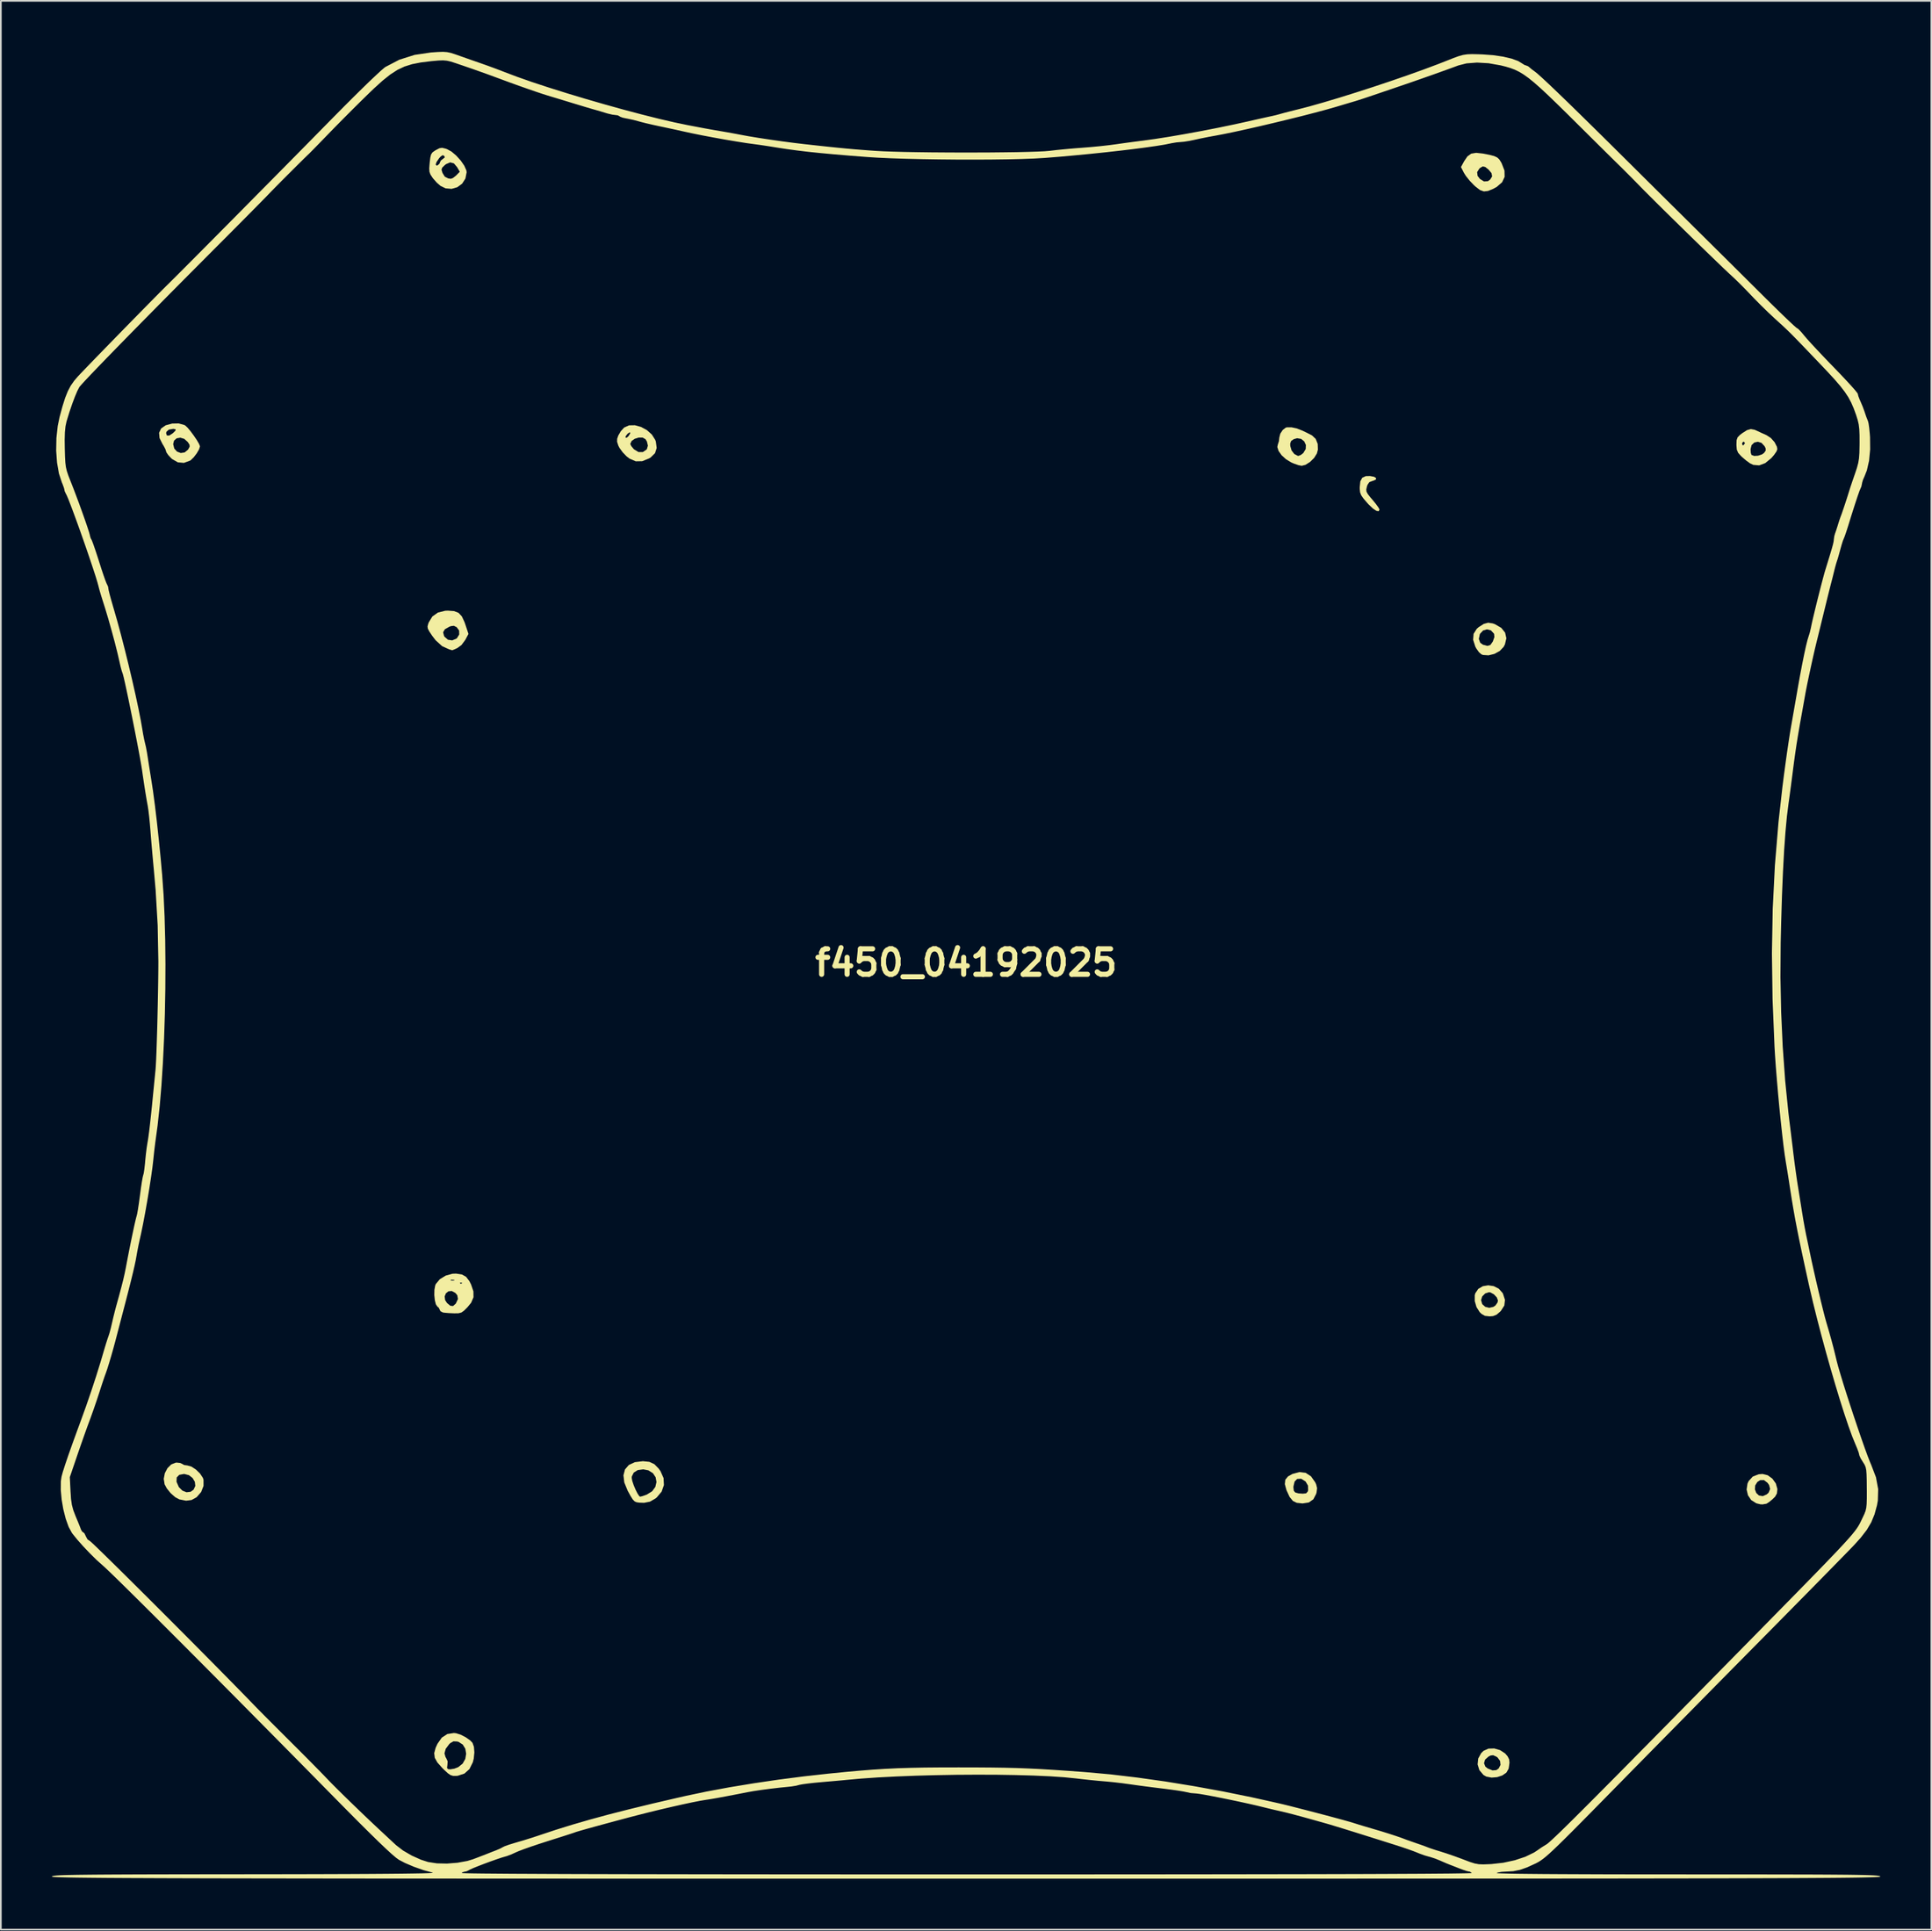
<source format=kicad_pcb>
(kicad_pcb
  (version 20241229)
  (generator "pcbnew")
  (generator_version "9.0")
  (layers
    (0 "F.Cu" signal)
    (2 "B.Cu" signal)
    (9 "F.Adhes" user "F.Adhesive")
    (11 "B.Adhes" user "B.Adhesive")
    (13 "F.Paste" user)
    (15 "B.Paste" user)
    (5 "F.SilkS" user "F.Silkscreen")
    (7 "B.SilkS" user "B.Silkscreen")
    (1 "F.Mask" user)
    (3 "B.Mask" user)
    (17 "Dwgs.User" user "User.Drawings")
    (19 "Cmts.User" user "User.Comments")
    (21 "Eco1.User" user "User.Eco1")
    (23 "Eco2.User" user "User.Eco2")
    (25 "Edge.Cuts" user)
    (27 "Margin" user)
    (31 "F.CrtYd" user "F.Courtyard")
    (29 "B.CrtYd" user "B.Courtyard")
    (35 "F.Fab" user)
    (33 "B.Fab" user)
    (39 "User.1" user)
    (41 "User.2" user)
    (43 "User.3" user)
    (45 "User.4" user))
  (footprint "f450_04192025"
    (layer "F.Cu")
    (at 53.788 53.602)
    (property "Reference" "f450_04192025" (at 0 0 0) (layer "F.SilkS") (effects (font (size 1.5 1.5) (thickness 0.3))))
    (attr board_only exclude_from_pos_files exclude_from_bom)
    (fp_poly (pts (xy 24.007 -28.596) (xy 24.125 -28.519) (xy 24.107 -28.433) (xy 23.942 -28.361) (xy 23.914 -28.355) (xy 23.723 -28.281) (xy 23.614 -28.121) (xy 23.579 -28.011) (xy 23.545 -27.853) (xy 23.557 -27.723) (xy 23.635 -27.578) (xy 23.797 -27.373) (xy 23.91 -27.242) (xy 24.108 -27) (xy 24.254 -26.799) (xy 24.32 -26.677) (xy 24.321 -26.668) (xy 24.272 -26.57) (xy 24.139 -26.593) (xy 23.938 -26.728) (xy 23.688 -26.964) (xy 23.595 -27.066) (xy 23.373 -27.326) (xy 23.242 -27.515) (xy 23.179 -27.684) (xy 23.16 -27.883) (xy 23.159 -27.978) (xy 23.193 -28.326) (xy 23.306 -28.539) (xy 23.515 -28.636) (xy 23.764 -28.642)) (stroke (width 0) (type solid)) (fill yes) (layer "F.SilkS"))
    (fp_poly (pts (xy 31.416 46.329) (xy 31.715 46.524) (xy 31.859 46.693) (xy 31.947 46.868) (xy 31.97 47.062) (xy 31.933 47.337) (xy 31.914 47.43) (xy 31.789 47.65) (xy 31.55 47.817) (xy 31.242 47.919) (xy 30.912 47.945) (xy 30.606 47.885) (xy 30.439 47.791) (xy 30.197 47.505) (xy 30.094 47.169) (xy 30.101 47.099) (xy 30.471 47.099) (xy 30.551 47.299) (xy 30.687 47.407) (xy 30.974 47.522) (xy 31.194 47.505) (xy 31.334 47.406) (xy 31.441 47.196) (xy 31.414 46.961) (xy 31.264 46.759) (xy 31.19 46.709) (xy 31.009 46.628) (xy 30.861 46.644) (xy 30.733 46.709) (xy 30.533 46.888) (xy 30.471 47.099) (xy 30.101 47.099) (xy 30.129 46.822) (xy 30.304 46.505) (xy 30.444 46.369) (xy 30.731 46.24) (xy 31.071 46.23)) (stroke (width 0) (type solid)) (fill yes) (layer "F.SilkS"))
    (fp_poly (pts (xy 19.977 30.013) (xy 20.29 30.215) (xy 20.539 30.568) (xy 20.595 30.689) (xy 20.65 30.913) (xy 20.618 31.167) (xy 20.594 31.253) (xy 20.43 31.569) (xy 20.164 31.756) (xy 19.794 31.814) (xy 19.453 31.776) (xy 19.227 31.667) (xy 19.031 31.427) (xy 18.851 31.036) (xy 18.848 31.028) (xy 18.808 30.883) (xy 19.258 30.883) (xy 19.279 31.065) (xy 19.368 31.17) (xy 19.559 31.222) (xy 19.809 31.239) (xy 20.002 31.22) (xy 20.097 31.117) (xy 20.124 31.031) (xy 20.114 30.762) (xy 19.974 30.524) (xy 19.739 30.372) (xy 19.7 30.36) (xy 19.478 30.372) (xy 19.327 30.525) (xy 19.26 30.806) (xy 19.258 30.883) (xy 18.808 30.883) (xy 18.753 30.677) (xy 18.78 30.419) (xy 18.941 30.223) (xy 19.196 30.079) (xy 19.61 29.967)) (stroke (width 0) (type solid)) (fill yes) (layer "F.SilkS"))
    (fp_poly (pts (xy 31.041 19.026) (xy 31.337 19.175) (xy 31.561 19.426) (xy 31.583 19.465) (xy 31.704 19.834) (xy 31.666 20.168) (xy 31.464 20.481) (xy 31.426 20.521) (xy 31.21 20.707) (xy 31.003 20.789) (xy 30.796 20.805) (xy 30.523 20.774) (xy 30.32 20.657) (xy 30.217 20.557) (xy 30.029 20.261) (xy 29.926 19.906) (xy 29.926 19.851) (xy 30.297 19.851) (xy 30.367 20.087) (xy 30.542 20.243) (xy 30.777 20.302) (xy 31.023 20.247) (xy 31.142 20.165) (xy 31.261 19.998) (xy 31.293 19.876) (xy 31.224 19.691) (xy 31.058 19.513) (xy 30.855 19.399) (xy 30.766 19.384) (xy 30.539 19.457) (xy 30.363 19.636) (xy 30.297 19.851) (xy 29.926 19.851) (xy 29.926 19.563) (xy 29.958 19.446) (xy 30.134 19.187) (xy 30.4 19.031) (xy 30.716 18.977)) (stroke (width 0) (type solid)) (fill yes) (layer "F.SilkS"))
    (fp_poly (pts (xy 30.989 -19.968) (xy 31.12 -19.92) (xy 31.488 -19.706) (xy 31.712 -19.426) (xy 31.786 -19.097) (xy 31.703 -18.738) (xy 31.625 -18.589) (xy 31.398 -18.349) (xy 31.083 -18.176) (xy 30.738 -18.091) (xy 30.417 -18.111) (xy 30.32 -18.148) (xy 30.173 -18.276) (xy 30.018 -18.494) (xy 29.958 -18.605) (xy 29.83 -19.008) (xy 29.834 -19.057) (xy 30.166 -19.057) (xy 30.246 -18.834) (xy 30.408 -18.716) (xy 30.667 -18.645) (xy 30.844 -18.699) (xy 30.982 -18.894) (xy 30.997 -18.924) (xy 31.082 -19.167) (xy 31.064 -19.344) (xy 31.048 -19.378) (xy 30.872 -19.563) (xy 30.644 -19.62) (xy 30.416 -19.553) (xy 30.24 -19.363) (xy 30.224 -19.331) (xy 30.166 -19.057) (xy 29.834 -19.057) (xy 29.858 -19.357) (xy 30.043 -19.651) (xy 30.156 -19.749) (xy 30.456 -19.941) (xy 30.714 -20.011)) (stroke (width 0) (type solid)) (fill yes) (layer "F.SilkS"))
    (fp_poly (pts (xy 47.162 30.155) (xy 47.436 30.355) (xy 47.638 30.635) (xy 47.728 30.952) (xy 47.729 30.992) (xy 47.702 31.227) (xy 47.599 31.412) (xy 47.435 31.574) (xy 47.247 31.728) (xy 47.105 31.821) (xy 47.069 31.834) (xy 46.927 31.857) (xy 46.885 31.869) (xy 46.738 31.866) (xy 46.52 31.813) (xy 46.484 31.801) (xy 46.191 31.616) (xy 45.999 31.332) (xy 45.92 30.994) (xy 45.921 30.986) (xy 46.409 30.986) (xy 46.489 31.198) (xy 46.646 31.345) (xy 46.859 31.381) (xy 46.895 31.374) (xy 47.098 31.283) (xy 47.21 31.186) (xy 47.304 30.962) (xy 47.242 30.728) (xy 47.152 30.601) (xy 46.942 30.439) (xy 46.719 30.443) (xy 46.552 30.551) (xy 46.424 30.755) (xy 46.409 30.986) (xy 45.921 30.986) (xy 45.972 30.644) (xy 46.041 30.496) (xy 46.282 30.232) (xy 46.624 30.098) (xy 46.858 30.079)) (stroke (width 0) (type solid)) (fill yes) (layer "F.SilkS"))
    (fp_poly (pts (xy 30.406 -47.616) (xy 30.417 -47.614) (xy 30.809 -47.537) (xy 31.073 -47.467) (xy 31.247 -47.386) (xy 31.368 -47.274) (xy 31.471 -47.112) (xy 31.511 -47.038) (xy 31.676 -46.613) (xy 31.684 -46.246) (xy 31.536 -45.93) (xy 31.229 -45.661) (xy 31.018 -45.543) (xy 30.707 -45.415) (xy 30.463 -45.387) (xy 30.235 -45.469) (xy 29.972 -45.671) (xy 29.871 -45.764) (xy 29.624 -46.023) (xy 29.406 -46.296) (xy 29.283 -46.491) (xy 29.266 -46.526) (xy 30.065 -46.526) (xy 30.092 -46.303) (xy 30.23 -46.124) (xy 30.471 -45.975) (xy 30.697 -45.989) (xy 30.831 -46.085) (xy 30.948 -46.272) (xy 30.913 -46.464) (xy 30.742 -46.668) (xy 30.545 -46.826) (xy 30.397 -46.86) (xy 30.245 -46.774) (xy 30.2 -46.735) (xy 30.065 -46.526) (xy 29.266 -46.526) (xy 29.115 -46.822) (xy 29.3 -47.163) (xy 29.494 -47.449) (xy 29.717 -47.61) (xy 30.008 -47.66)) (stroke (width 0) (type solid)) (fill yes) (layer "F.SilkS"))
    (fp_poly (pts (xy -30.122 -20.693) (xy -29.86 -20.59) (xy -29.667 -20.384) (xy -29.51 -20.048) (xy -29.46 -19.905) (xy -29.277 -19.352) (xy -29.46 -19.005) (xy -29.689 -18.696) (xy -29.931 -18.52) (xy -30.12 -18.434) (xy -30.229 -18.392) (xy -30.238 -18.391) (xy -30.322 -18.417) (xy -30.413 -18.442) (xy -30.826 -18.63) (xy -31.21 -18.979) (xy -31.41 -19.24) (xy -31.549 -19.448) (xy -30.768 -19.448) (xy -30.714 -19.234) (xy -30.684 -19.184) (xy -30.484 -19.009) (xy -30.234 -18.971) (xy -29.986 -19.075) (xy -29.951 -19.105) (xy -29.82 -19.318) (xy -29.826 -19.551) (xy -29.969 -19.745) (xy -29.977 -19.751) (xy -30.137 -19.829) (xy -30.31 -19.809) (xy -30.406 -19.773) (xy -30.667 -19.623) (xy -30.768 -19.448) (xy -31.549 -19.448) (xy -31.579 -19.492) (xy -31.666 -19.659) (xy -31.685 -19.79) (xy -31.647 -19.938) (xy -31.615 -20.027) (xy -31.401 -20.377) (xy -31.074 -20.608) (xy -30.645 -20.714) (xy -30.49 -20.721)) (stroke (width 0) (type solid)) (fill yes) (layer "F.SilkS"))
    (fp_poly (pts (xy 19.148 -31.508) (xy 19.441 -31.446) (xy 19.792 -31.311) (xy 20.236 -31.093) (xy 20.355 -31.029) (xy 20.567 -30.828) (xy 20.687 -30.532) (xy 20.699 -30.195) (xy 20.638 -29.968) (xy 20.475 -29.707) (xy 20.236 -29.471) (xy 19.972 -29.303) (xy 19.748 -29.244) (xy 19.56 -29.279) (xy 19.298 -29.369) (xy 19.133 -29.44) (xy 18.82 -29.63) (xy 18.562 -29.866) (xy 18.384 -30.117) (xy 18.311 -30.348) (xy 18.338 -30.484) (xy 18.358 -30.548) (xy 19.068 -30.548) (xy 19.072 -30.41) (xy 19.148 -30.147) (xy 19.309 -29.938) (xy 19.51 -29.832) (xy 19.557 -29.828) (xy 19.697 -29.883) (xy 19.839 -29.995) (xy 19.981 -30.23) (xy 19.991 -30.47) (xy 19.893 -30.681) (xy 19.712 -30.826) (xy 19.475 -30.867) (xy 19.277 -30.81) (xy 19.12 -30.702) (xy 19.068 -30.548) (xy 18.358 -30.548) (xy 18.404 -30.694) (xy 18.427 -30.906) (xy 18.485 -31.134) (xy 18.627 -31.349) (xy 18.805 -31.488) (xy 18.879 -31.508)) (stroke (width 0) (type solid)) (fill yes) (layer "F.SilkS"))
    (fp_poly (pts (xy -46.236 29.433) (xy -46.114 29.488) (xy -46.11 29.494) (xy -45.998 29.554) (xy -45.815 29.578) (xy -45.577 29.645) (xy -45.314 29.817) (xy -45.073 30.05) (xy -44.905 30.301) (xy -44.864 30.418) (xy -44.864 30.782) (xy -45.003 31.139) (xy -45.259 31.435) (xy -45.279 31.451) (xy -45.569 31.612) (xy -45.888 31.652) (xy -46.285 31.576) (xy -46.288 31.575) (xy -46.531 31.444) (xy -46.792 31.214) (xy -47.02 30.935) (xy -47.155 30.686) (xy -47.179 30.529) (xy -46.452 30.529) (xy -46.445 30.558) (xy -46.313 30.855) (xy -46.107 31.059) (xy -45.864 31.154) (xy -45.619 31.125) (xy -45.449 31.001) (xy -45.346 30.782) (xy -45.374 30.54) (xy -45.508 30.317) (xy -45.723 30.15) (xy -45.997 30.079) (xy -46.017 30.079) (xy -46.293 30.131) (xy -46.441 30.284) (xy -46.452 30.529) (xy -47.179 30.529) (xy -47.205 30.365) (xy -47.141 30.035) (xy -46.986 29.739) (xy -46.763 29.518) (xy -46.496 29.414) (xy -46.44 29.411)) (stroke (width 0) (type solid)) (fill yes) (layer "F.SilkS"))
    (fp_poly (pts (xy -18.632 29.366) (xy -18.34 29.503) (xy -18.085 29.764) (xy -17.979 29.914) (xy -17.798 30.321) (xy -17.777 30.73) (xy -17.912 31.117) (xy -18.197 31.458) (xy -18.282 31.526) (xy -18.6 31.708) (xy -18.947 31.776) (xy -19.231 31.766) (xy -19.387 31.743) (xy -19.505 31.689) (xy -19.614 31.574) (xy -19.743 31.369) (xy -19.913 31.059) (xy -20.109 30.578) (xy -20.141 30.306) (xy -19.673 30.306) (xy -19.641 30.487) (xy -19.559 30.732) (xy -19.449 30.995) (xy -19.332 31.227) (xy -19.229 31.381) (xy -19.177 31.416) (xy -19.053 31.387) (xy -18.846 31.315) (xy -18.778 31.288) (xy -18.467 31.094) (xy -18.281 30.838) (xy -18.215 30.553) (xy -18.265 30.273) (xy -18.425 30.033) (xy -18.69 29.866) (xy -18.992 29.807) (xy -19.318 29.851) (xy -19.552 29.998) (xy -19.666 30.226) (xy -19.673 30.306) (xy -20.141 30.306) (xy -20.159 30.159) (xy -20.068 29.812) (xy -19.843 29.551) (xy -19.489 29.385) (xy -19.013 29.327) (xy -19.01 29.327)) (stroke (width 0) (type solid)) (fill yes) (layer "F.SilkS"))
    (fp_poly (pts (xy -30.007 45.334) (xy -29.735 45.419) (xy -29.435 45.574) (xy -29.174 45.758) (xy -29.04 45.898) (xy -28.955 46.135) (xy -28.93 46.465) (xy -28.966 46.828) (xy -29.02 47.043) (xy -29.22 47.444) (xy -29.516 47.709) (xy -29.902 47.836) (xy -30.002 47.845) (xy -30.181 47.843) (xy -30.328 47.8) (xy -30.487 47.693) (xy -30.698 47.498) (xy -30.816 47.381) (xy -31.104 47.058) (xy -31.26 46.78) (xy -31.291 46.52) (xy -30.689 46.52) (xy -30.624 46.746) (xy -30.597 46.779) (xy -30.502 46.983) (xy -30.515 47.194) (xy -30.537 47.375) (xy -30.483 47.446) (xy -30.345 47.458) (xy -30.109 47.419) (xy -29.88 47.331) (xy -29.619 47.122) (xy -29.463 46.845) (xy -29.412 46.541) (xy -29.462 46.247) (xy -29.612 46.002) (xy -29.86 45.843) (xy -29.948 45.82) (xy -30.163 45.812) (xy -30.343 45.913) (xy -30.413 45.979) (xy -30.617 46.254) (xy -30.689 46.52) (xy -31.291 46.52) (xy -31.293 46.506) (xy -31.209 46.193) (xy -31.1 45.954) (xy -30.845 45.593) (xy -30.52 45.381) (xy -30.136 45.321)) (stroke (width 0) (type solid)) (fill yes) (layer "F.SilkS"))
    (fp_poly (pts (xy -19.124 -31.531) (xy -18.78 -31.343) (xy -18.489 -31.084) (xy -18.289 -30.769) (xy -18.253 -30.67) (xy -18.203 -30.293) (xy -18.301 -29.987) (xy -18.554 -29.738) (xy -18.641 -29.683) (xy -19.054 -29.515) (xy -19.434 -29.508) (xy -19.798 -29.664) (xy -19.984 -29.808) (xy -20.209 -30.044) (xy -20.394 -30.301) (xy -20.459 -30.428) (xy -20.492 -30.529) (xy -19.756 -30.529) (xy -19.699 -30.404) (xy -19.56 -30.237) (xy -19.527 -30.205) (xy -19.273 -30.052) (xy -19.018 -30.051) (xy -18.799 -30.201) (xy -18.78 -30.225) (xy -18.72 -30.43) (xy -18.779 -30.676) (xy -18.863 -30.81) (xy -19.029 -30.904) (xy -19.258 -30.906) (xy -19.492 -30.834) (xy -19.677 -30.705) (xy -19.755 -30.536) (xy -19.756 -30.529) (xy -20.492 -30.529) (xy -20.533 -30.656) (xy -20.528 -30.837) (xy -20.506 -30.898) (xy -20.036 -30.898) (xy -19.964 -30.897) (xy -19.862 -30.989) (xy -19.779 -31.12) (xy -19.758 -31.199) (xy -19.807 -31.207) (xy -19.92 -31.125) (xy -20.025 -30.989) (xy -20.036 -30.898) (xy -20.506 -30.898) (xy -20.462 -31.026) (xy -20.314 -31.278) (xy -20.123 -31.489) (xy -20.113 -31.497) (xy -19.828 -31.624) (xy -19.486 -31.63)) (stroke (width 0) (type solid)) (fill yes) (layer "F.SilkS"))
    (fp_poly (pts (xy 46.391 -31.364) (xy 46.539 -31.299) (xy 46.778 -31.186) (xy 47.053 -31.063) (xy 47.086 -31.049) (xy 47.347 -30.879) (xy 47.567 -30.631) (xy 47.704 -30.362) (xy 47.728 -30.22) (xy 47.674 -30.082) (xy 47.532 -29.879) (xy 47.376 -29.699) (xy 47.016 -29.402) (xy 46.659 -29.268) (xy 46.312 -29.298) (xy 46.11 -29.395) (xy 45.886 -29.56) (xy 45.644 -29.768) (xy 45.591 -29.818) (xy 45.422 -30.008) (xy 45.343 -30.194) (xy 45.341 -30.215) (xy 46.152 -30.215) (xy 46.167 -30.01) (xy 46.204 -29.887) (xy 46.207 -29.884) (xy 46.364 -29.825) (xy 46.593 -29.838) (xy 46.819 -29.911) (xy 46.945 -30.001) (xy 47.046 -30.14) (xy 47.042 -30.266) (xy 46.976 -30.398) (xy 46.797 -30.592) (xy 46.579 -30.66) (xy 46.369 -30.611) (xy 46.211 -30.457) (xy 46.152 -30.215) (xy 45.341 -30.215) (xy 45.322 -30.457) (xy 45.322 -30.497) (xy 45.323 -30.534) (xy 45.654 -30.534) (xy 45.694 -30.447) (xy 45.737 -30.455) (xy 45.816 -30.562) (xy 45.82 -30.585) (xy 45.756 -30.662) (xy 45.737 -30.664) (xy 45.664 -30.596) (xy 45.654 -30.534) (xy 45.323 -30.534) (xy 45.332 -30.753) (xy 45.388 -30.916) (xy 45.525 -31.058) (xy 45.666 -31.165) (xy 45.944 -31.342) (xy 46.167 -31.405)) (stroke (width 0) (type solid)) (fill yes) (layer "F.SilkS"))
    (fp_poly (pts (xy -46.001 -31.648) (xy -45.934 -31.611) (xy -45.801 -31.486) (xy -45.624 -31.273) (xy -45.432 -31.014) (xy -45.256 -30.753) (xy -45.127 -30.531) (xy -45.073 -30.392) (xy -45.073 -30.387) (xy -45.126 -30.212) (xy -45.261 -29.98) (xy -45.436 -29.749) (xy -45.612 -29.578) (xy -45.653 -29.549) (xy -46.018 -29.415) (xy -46.375 -29.447) (xy -46.714 -29.643) (xy -46.768 -29.692) (xy -46.942 -29.879) (xy -47.049 -30.037) (xy -47.065 -30.09) (xy -47.109 -30.227) (xy -47.219 -30.433) (xy -47.272 -30.515) (xy -47.276 -30.521) (xy -46.65 -30.521) (xy -46.586 -30.259) (xy -46.423 -30.079) (xy -46.205 -29.997) (xy -45.976 -30.029) (xy -45.78 -30.19) (xy -45.767 -30.209) (xy -45.681 -30.366) (xy -45.689 -30.486) (xy -45.795 -30.648) (xy -45.999 -30.83) (xy -46.23 -30.899) (xy -46.444 -30.862) (xy -46.598 -30.725) (xy -46.65 -30.521) (xy -47.276 -30.521) (xy -47.451 -30.873) (xy -47.477 -31.156) (xy -47.065 -31.156) (xy -47.017 -31.024) (xy -46.882 -31.024) (xy -46.675 -31.157) (xy -46.67 -31.16) (xy -46.517 -31.31) (xy -46.505 -31.391) (xy -46.635 -31.416) (xy -46.643 -31.416) (xy -46.91 -31.371) (xy -47.048 -31.242) (xy -47.065 -31.156) (xy -47.477 -31.156) (xy -47.479 -31.186) (xy -47.359 -31.44) (xy -47.093 -31.625) (xy -47.086 -31.628) (xy -46.707 -31.729) (xy -46.325 -31.736)) (stroke (width 0) (type solid)) (fill yes) (layer "F.SilkS"))
    (fp_poly (pts (xy -29.665 18.34) (xy -29.419 18.476) (xy -29.224 18.73) (xy -29.125 18.925) (xy -28.985 19.335) (xy -28.981 19.682) (xy -29.12 20.004) (xy -29.329 20.26) (xy -29.536 20.468) (xy -29.694 20.58) (xy -29.865 20.623) (xy -30.11 20.627) (xy -30.138 20.626) (xy -30.431 20.613) (xy -30.68 20.592) (xy -30.775 20.579) (xy -30.921 20.507) (xy -30.961 20.427) (xy -31.026 20.293) (xy -31.101 20.233) (xy -31.193 20.1) (xy -31.256 19.856) (xy -31.279 19.632) (xy -30.678 19.632) (xy -30.65 19.848) (xy -30.542 20.015) (xy -30.344 20.182) (xy -30.183 20.197) (xy -30.031 20.061) (xy -30.012 20.034) (xy -29.894 19.78) (xy -29.934 19.563) (xy -30.045 19.429) (xy -30.258 19.313) (xy -30.454 19.331) (xy -30.603 19.448) (xy -30.678 19.632) (xy -31.279 19.632) (xy -31.287 19.553) (xy -31.281 19.246) (xy -31.234 18.989) (xy -31.201 18.906) (xy -31.135 18.827) (xy -29.772 18.827) (xy -29.76 18.877) (xy -29.716 18.883) (xy -29.648 18.852) (xy -29.661 18.827) (xy -29.76 18.817) (xy -29.772 18.827) (xy -31.135 18.827) (xy -31.022 18.691) (xy -30.329 18.691) (xy -30.214 18.703) (xy -30.097 18.689) (xy -30.111 18.66) (xy -30.281 18.649) (xy -30.318 18.66) (xy -30.329 18.691) (xy -31.022 18.691) (xy -30.962 18.619) (xy -30.616 18.407) (xy -30.215 18.297) (xy -30.008 18.289)) (stroke (width 0) (type solid)) (fill yes) (layer "F.SilkS"))
    (fp_poly (pts (xy -30.639 -47.911) (xy -30.534 -47.875) (xy -30.271 -47.73) (xy -29.992 -47.492) (xy -29.731 -47.203) (xy -29.523 -46.902) (xy -29.402 -46.631) (xy -29.384 -46.518) (xy -29.457 -46.143) (xy -29.651 -45.843) (xy -29.933 -45.636) (xy -30.269 -45.539) (xy -30.625 -45.57) (xy -30.926 -45.717) (xy -31.14 -45.905) (xy -31.354 -46.146) (xy -31.396 -46.203) (xy -31.512 -46.381) (xy -31.571 -46.54) (xy -31.579 -46.663) (xy -30.863 -46.663) (xy -30.809 -46.489) (xy -30.802 -46.472) (xy -30.67 -46.257) (xy -30.468 -46.154) (xy -30.314 -46.131) (xy -30.188 -46.179) (xy -30.02 -46.31) (xy -29.997 -46.332) (xy -29.787 -46.544) (xy -29.943 -46.813) (xy -30.133 -47.038) (xy -30.35 -47.098) (xy -30.597 -46.994) (xy -30.676 -46.931) (xy -30.825 -46.785) (xy -30.863 -46.663) (xy -31.579 -46.663) (xy -31.584 -46.74) (xy -31.567 -46.97) (xy -31.205 -46.97) (xy -31.156 -46.911) (xy -31.086 -46.926) (xy -30.976 -47.03) (xy -30.961 -47.088) (xy -30.896 -47.212) (xy -30.787 -47.296) (xy -30.671 -47.387) (xy -30.702 -47.479) (xy -30.71 -47.487) (xy -30.803 -47.519) (xy -30.926 -47.429) (xy -31.009 -47.333) (xy -31.155 -47.118) (xy -31.205 -46.97) (xy -31.567 -46.97) (xy -31.561 -47.039) (xy -31.558 -47.076) (xy -31.522 -47.38) (xy -31.475 -47.568) (xy -31.393 -47.687) (xy -31.251 -47.788) (xy -31.195 -47.821) (xy -30.991 -47.928) (xy -30.834 -47.955)) (stroke (width 0) (type solid)) (fill yes) (layer "F.SilkS"))
    (fp_poly (pts (xy -30.538 -53.586) (xy -30.321 -53.54) (xy -30.07 -53.461) (xy -29.951 -53.419) (xy -29.586 -53.29) (xy -29.142 -53.134) (xy -28.697 -52.979) (xy -28.554 -52.929) (xy -28.124 -52.777) (xy -27.664 -52.608) (xy -27.256 -52.452) (xy -27.143 -52.408) (xy -26.407 -52.13) (xy -25.538 -51.825) (xy -24.562 -51.504) (xy -23.509 -51.173) (xy -22.408 -50.841) (xy -21.285 -50.516) (xy -20.171 -50.206) (xy -19.093 -49.92) (xy -18.079 -49.665) (xy -17.159 -49.451) (xy -16.36 -49.285) (xy -16.352 -49.284) (xy -15.826 -49.184) (xy -15.418 -49.107) (xy -15.083 -49.046) (xy -14.776 -48.992) (xy -14.452 -48.936) (xy -14.402 -48.928) (xy -14.011 -48.86) (xy -13.613 -48.788) (xy -13.292 -48.727) (xy -13.281 -48.725) (xy -12.802 -48.637) (xy -12.203 -48.538) (xy -11.53 -48.436) (xy -10.828 -48.336) (xy -10.143 -48.246) (xy -9.546 -48.175) (xy -8.753 -48.087) (xy -8.092 -48.016) (xy -7.528 -47.958) (xy -7.028 -47.91) (xy -6.557 -47.868) (xy -6.082 -47.83) (xy -5.569 -47.792) (xy -5.312 -47.774) (xy -4.867 -47.75) (xy -4.3 -47.729) (xy -3.63 -47.711) (xy -2.879 -47.698) (xy -2.067 -47.687) (xy -1.214 -47.681) (xy -0.341 -47.677) (xy 0.531 -47.678) (xy 1.383 -47.681) (xy 2.194 -47.689) (xy 2.944 -47.699) (xy 3.611 -47.714) (xy 4.176 -47.731) (xy 4.618 -47.752) (xy 4.916 -47.777) (xy 4.939 -47.78) (xy 5.324 -47.825) (xy 5.81 -47.873) (xy 6.335 -47.92) (xy 6.807 -47.956) (xy 7.32 -47.997) (xy 7.868 -48.049) (xy 8.38 -48.106) (xy 8.757 -48.155) (xy 9.234 -48.223) (xy 9.766 -48.295) (xy 10.258 -48.359) (xy 10.376 -48.373) (xy 11.098 -48.472) (xy 11.944 -48.605) (xy 12.876 -48.765) (xy 13.857 -48.945) (xy 14.85 -49.139) (xy 15.817 -49.34) (xy 16.56 -49.504) (xy 17.009 -49.606) (xy 17.414 -49.697) (xy 17.743 -49.77) (xy 17.959 -49.817) (xy 18.012 -49.828) (xy 18.239 -49.881) (xy 18.501 -49.952) (xy 18.51 -49.955) (xy 18.728 -50.015) (xy 19.047 -50.097) (xy 19.408 -50.188) (xy 19.507 -50.212) (xy 20.207 -50.393) (xy 21.031 -50.627) (xy 21.949 -50.901) (xy 22.932 -51.208) (xy 23.948 -51.536) (xy 24.968 -51.877) (xy 25.962 -52.22) (xy 26.899 -52.555) (xy 27.749 -52.873) (xy 28.222 -53.058) (xy 28.652 -53.228) (xy 28.974 -53.346) (xy 29.235 -53.419) (xy 29.483 -53.457) (xy 29.763 -53.468) (xy 30.122 -53.46) (xy 30.38 -53.451) (xy 31.01 -53.405) (xy 31.59 -53.32) (xy 32.09 -53.203) (xy 32.481 -53.061) (xy 32.711 -52.919) (xy 32.86 -52.825) (xy 32.933 -52.805) (xy 33.066 -52.752) (xy 33.134 -52.697) (xy 33.284 -52.571) (xy 33.452 -52.448) (xy 33.613 -52.319) (xy 33.889 -52.072) (xy 34.277 -51.71) (xy 34.775 -51.235) (xy 35.381 -50.65) (xy 36.092 -49.956) (xy 36.906 -49.156) (xy 37.822 -48.251) (xy 38.509 -47.569) (xy 39.148 -46.935) (xy 39.829 -46.258) (xy 40.527 -45.566) (xy 41.214 -44.884) (xy 41.866 -44.238) (xy 42.454 -43.655) (xy 42.953 -43.16) (xy 42.997 -43.116) (xy 43.567 -42.552) (xy 44.216 -41.908) (xy 44.908 -41.222) (xy 45.603 -40.531) (xy 46.264 -39.874) (xy 46.833 -39.308) (xy 47.305 -38.84) (xy 47.741 -38.412) (xy 48.127 -38.038) (xy 48.448 -37.732) (xy 48.69 -37.506) (xy 48.839 -37.376) (xy 48.88 -37.348) (xy 48.969 -37.287) (xy 49.123 -37.128) (xy 49.306 -36.909) (xy 49.464 -36.723) (xy 49.717 -36.442) (xy 50.045 -36.089) (xy 50.424 -35.687) (xy 50.833 -35.26) (xy 51.056 -35.03) (xy 51.448 -34.623) (xy 51.797 -34.252) (xy 52.089 -33.934) (xy 52.306 -33.687) (xy 52.433 -33.528) (xy 52.46 -33.479) (xy 52.494 -33.339) (xy 52.578 -33.122) (xy 52.616 -33.04) (xy 52.746 -32.735) (xy 52.862 -32.418) (xy 52.875 -32.377) (xy 52.96 -32.126) (xy 53.04 -31.924) (xy 53.055 -31.891) (xy 53.093 -31.745) (xy 53.132 -31.477) (xy 53.166 -31.133) (xy 53.181 -30.922) (xy 53.188 -30.207) (xy 53.125 -29.546) (xy 52.996 -28.977) (xy 52.864 -28.641) (xy 52.765 -28.414) (xy 52.712 -28.233) (xy 52.709 -28.201) (xy 52.67 -28.019) (xy 52.629 -27.926) (xy 52.56 -27.764) (xy 52.448 -27.446) (xy 52.291 -26.97) (xy 52.089 -26.337) (xy 51.876 -25.651) (xy 51.777 -25.343) (xy 51.691 -25.095) (xy 51.634 -24.952) (xy 51.628 -24.94) (xy 51.58 -24.821) (xy 51.508 -24.591) (xy 51.431 -24.314) (xy 51.35 -24.017) (xy 51.28 -23.774) (xy 51.237 -23.645) (xy 51.19 -23.497) (xy 51.122 -23.251) (xy 51.074 -23.061) (xy 50.995 -22.741) (xy 50.918 -22.437) (xy 50.884 -22.309) (xy 50.821 -22.062) (xy 50.74 -21.739) (xy 50.684 -21.515) (xy 50.511 -20.808) (xy 50.372 -20.242) (xy 50.263 -19.794) (xy 50.177 -19.445) (xy 50.11 -19.171) (xy 50.055 -18.951) (xy 50.018 -18.799) (xy 49.928 -18.424) (xy 49.821 -17.955) (xy 49.707 -17.438) (xy 49.595 -16.919) (xy 49.495 -16.442) (xy 49.418 -16.054) (xy 49.384 -15.875) (xy 49.328 -15.558) (xy 49.257 -15.16) (xy 49.186 -14.765) (xy 49.183 -14.747) (xy 49.052 -14.019) (xy 48.947 -13.404) (xy 48.858 -12.854) (xy 48.779 -12.319) (xy 48.701 -11.748) (xy 48.646 -11.321) (xy 48.58 -10.811) (xy 48.514 -10.307) (xy 48.454 -9.856) (xy 48.405 -9.504) (xy 48.389 -9.395) (xy 48.292 -8.62) (xy 48.205 -7.692) (xy 48.127 -6.609) (xy 48.06 -5.368) (xy 48.002 -3.967) (xy 47.954 -2.403) (xy 47.925 -1.17) (xy 47.911 0.844) (xy 47.952 2.896) (xy 48.045 4.94) (xy 48.188 6.928) (xy 48.378 8.814) (xy 48.433 9.274) (xy 48.496 9.774) (xy 48.567 10.356) (xy 48.638 10.933) (xy 48.679 11.28) (xy 48.742 11.78) (xy 48.815 12.315) (xy 48.886 12.812) (xy 48.934 13.118) (xy 49.011 13.594) (xy 49.097 14.13) (xy 49.175 14.624) (xy 49.187 14.701) (xy 49.259 15.137) (xy 49.341 15.594) (xy 49.418 15.991) (xy 49.437 16.08) (xy 49.514 16.442) (xy 49.589 16.799) (xy 49.64 17.045) (xy 49.744 17.539) (xy 49.87 18.108) (xy 50.008 18.718) (xy 50.152 19.333) (xy 50.292 19.92) (xy 50.421 20.443) (xy 50.53 20.869) (xy 50.605 21.139) (xy 50.777 21.726) (xy 50.915 22.218) (xy 51.037 22.68) (xy 51.16 23.177) (xy 51.221 23.432) (xy 51.31 23.768) (xy 51.443 24.223) (xy 51.61 24.771) (xy 51.804 25.386) (xy 52.016 26.041) (xy 52.237 26.711) (xy 52.459 27.37) (xy 52.672 27.991) (xy 52.868 28.549) (xy 53.04 29.018) (xy 53.177 29.371) (xy 53.248 29.536) (xy 53.53 30.272) (xy 53.66 30.969) (xy 53.641 31.647) (xy 53.591 31.921) (xy 53.446 32.455) (xy 53.253 32.924) (xy 52.99 33.369) (xy 52.633 33.831) (xy 52.253 34.253) (xy 52.074 34.44) (xy 51.789 34.733) (xy 51.408 35.123) (xy 50.943 35.598) (xy 50.404 36.147) (xy 49.803 36.759) (xy 49.149 37.423) (xy 48.454 38.128) (xy 47.729 38.863) (xy 46.984 39.617) (xy 46.899 39.703) (xy 46.03 40.582) (xy 45.088 41.536) (xy 44.094 42.543) (xy 43.074 43.578) (xy 42.049 44.619) (xy 41.042 45.64) (xy 40.078 46.62) (xy 39.18 47.533) (xy 38.37 48.358) (xy 38.2 48.531) (xy 37.405 49.341) (xy 36.717 50.04) (xy 36.127 50.637) (xy 35.626 51.142) (xy 35.204 51.562) (xy 34.852 51.908) (xy 34.561 52.187) (xy 34.321 52.409) (xy 34.124 52.582) (xy 33.96 52.715) (xy 33.819 52.817) (xy 33.694 52.897) (xy 33.573 52.964) (xy 33.51 52.996) (xy 33.006 53.227) (xy 32.584 53.374) (xy 32.193 53.451) (xy 31.792 53.474) (xy 31.513 53.49) (xy 31.292 53.526) (xy 31.21 53.557) (xy 31.273 53.57) (xy 31.5 53.581) (xy 31.888 53.592) (xy 32.436 53.602) (xy 33.141 53.61) (xy 34.002 53.618) (xy 35.017 53.624) (xy 36.182 53.629) (xy 37.497 53.634) (xy 38.959 53.637) (xy 40.565 53.639) (xy 42.315 53.639) (xy 42.437 53.64) (xy 44.051 53.64) (xy 45.508 53.641) (xy 46.814 53.642) (xy 47.977 53.643) (xy 49.007 53.646) (xy 49.91 53.648) (xy 50.695 53.652) (xy 51.37 53.657) (xy 51.942 53.662) (xy 52.419 53.669) (xy 52.81 53.677) (xy 53.122 53.686) (xy 53.364 53.696) (xy 53.542 53.708) (xy 53.666 53.721) (xy 53.743 53.736) (xy 53.781 53.753) (xy 53.788 53.766) (xy 53.776 53.775) (xy 53.735 53.783) (xy 53.664 53.79) (xy 53.557 53.797) (xy 53.412 53.804) (xy 53.225 53.811) (xy 52.991 53.817) (xy 52.708 53.823) (xy 52.372 53.829) (xy 51.979 53.834) (xy 51.525 53.839) (xy 51.007 53.844) (xy 50.421 53.848) (xy 49.764 53.852) (xy 49.031 53.856) (xy 48.22 53.86) (xy 47.326 53.863) (xy 46.346 53.866) (xy 45.276 53.869) (xy 44.112 53.872) (xy 42.852 53.875) (xy 41.49 53.877) (xy 40.025 53.879) (xy 38.451 53.881) (xy 36.765 53.882) (xy 34.964 53.884) (xy 33.044 53.885) (xy 31.001 53.886) (xy 28.831 53.887) (xy 26.532 53.888) (xy 24.099 53.889) (xy 21.528 53.89) (xy 18.817 53.89) (xy 15.961 53.891) (xy 12.956 53.891) (xy 9.8 53.891) (xy 6.487 53.891) (xy 3.016 53.891) (xy 0 53.891) (xy -3.607 53.891) (xy -7.052 53.891) (xy -10.338 53.891) (xy -13.468 53.891) (xy -16.448 53.891) (xy -19.28 53.89) (xy -21.967 53.89) (xy -24.515 53.889) (xy -26.925 53.888) (xy -29.203 53.887) (xy -31.351 53.886) (xy -33.373 53.885) (xy -35.273 53.884) (xy -37.054 53.882) (xy -38.721 53.88) (xy -40.277 53.878) (xy -41.725 53.876) (xy -43.069 53.874) (xy -44.313 53.872) (xy -45.461 53.869) (xy -46.516 53.866) (xy -47.481 53.863) (xy -48.361 53.859) (xy -49.159 53.856) (xy -49.879 53.852) (xy -50.524 53.848) (xy -51.098 53.843) (xy -51.605 53.838) (xy -52.049 53.833) (xy -52.432 53.828) (xy -52.759 53.822) (xy -53.034 53.816) (xy -53.259 53.81) (xy -53.439 53.803) (xy -53.578 53.796) (xy -53.678 53.789) (xy -53.744 53.781) (xy -53.78 53.773) (xy -53.788 53.766) (xy -53.774 53.748) (xy -53.727 53.732) (xy -53.639 53.718) (xy -53.502 53.705) (xy -53.308 53.693) (xy -53.05 53.683) (xy -52.718 53.674) (xy -52.306 53.666) (xy -51.806 53.66) (xy -51.209 53.654) (xy -50.507 53.649) (xy -49.694 53.645) (xy -48.76 53.641) (xy -47.697 53.638) (xy -46.499 53.636) (xy -45.157 53.634) (xy -43.662 53.632) (xy -42.396 53.631) (xy -40.592 53.629) (xy -38.954 53.626) (xy -37.479 53.622) (xy -36.167 53.617) (xy -35.015 53.611) (xy -34.024 53.604) (xy -33.191 53.596) (xy -32.516 53.587) (xy -31.997 53.578) (xy -31.633 53.567) (xy -31.464 53.557) (xy -29.675 53.557) (xy -29.597 53.566) (xy -29.354 53.574) (xy -28.944 53.582) (xy -28.369 53.589) (xy -27.628 53.595) (xy -26.721 53.602) (xy -25.649 53.607) (xy -24.41 53.613) (xy -23.007 53.618) (xy -21.438 53.622) (xy -19.703 53.626) (xy -17.803 53.629) (xy -15.737 53.632) (xy -13.507 53.635) (xy -11.111 53.637) (xy -8.55 53.639) (xy -5.823 53.64) (xy -2.932 53.641) (xy 0.042 53.641) (xy 3.093 53.641) (xy 5.98 53.64) (xy 8.702 53.639) (xy 11.259 53.637) (xy 13.651 53.635) (xy 15.877 53.632) (xy 17.938 53.629) (xy 19.834 53.626) (xy 21.564 53.622) (xy 23.129 53.618) (xy 24.528 53.613) (xy 25.762 53.607) (xy 26.83 53.602) (xy 27.733 53.595) (xy 28.469 53.589) (xy 29.04 53.581) (xy 29.445 53.574) (xy 29.684 53.566) (xy 29.758 53.557) (xy 29.637 53.478) (xy 29.598 53.474) (xy 29.465 53.445) (xy 29.237 53.37) (xy 29.043 53.298) (xy 28.766 53.189) (xy 28.531 53.098) (xy 28.43 53.059) (xy 28.255 52.988) (xy 28.007 52.881) (xy 27.89 52.829) (xy 27.598 52.711) (xy 27.313 52.618) (xy 27.229 52.597) (xy 26.972 52.523) (xy 26.669 52.413) (xy 26.565 52.37) (xy 26.325 52.275) (xy 25.979 52.151) (xy 25.581 52.016) (xy 25.317 51.931) (xy 24.416 51.646) (xy 23.599 51.389) (xy 22.88 51.163) (xy 22.272 50.974) (xy 21.787 50.825) (xy 21.44 50.72) (xy 21.291 50.676) (xy 20.469 50.444) (xy 19.791 50.256) (xy 19.244 50.109) (xy 18.814 49.999) (xy 18.51 49.928) (xy 18.124 49.84) (xy 17.71 49.741) (xy 17.473 49.682) (xy 17.087 49.588) (xy 16.621 49.482) (xy 16.104 49.369) (xy 15.565 49.255) (xy 15.033 49.146) (xy 14.537 49.049) (xy 14.105 48.968) (xy 13.767 48.91) (xy 13.551 48.881) (xy 13.508 48.878) (xy 13.227 48.855) (xy 12.982 48.804) (xy 12.813 48.768) (xy 12.516 48.718) (xy 12.131 48.663) (xy 11.696 48.606) (xy 11.579 48.592) (xy 11.069 48.529) (xy 10.532 48.46) (xy 10.033 48.393) (xy 9.635 48.337) (xy 9.629 48.336) (xy 9.172 48.274) (xy 8.672 48.216) (xy 8.221 48.173) (xy 8.135 48.166) (xy 7.743 48.132) (xy 7.26 48.084) (xy 6.76 48.029) (xy 6.475 47.995) (xy 5.78 47.925) (xy 4.943 47.869) (xy 3.987 47.826) (xy 2.935 47.796) (xy 1.809 47.778) (xy 0.633 47.774) (xy -0.57 47.781) (xy -1.777 47.802) (xy -2.965 47.834) (xy -4.112 47.879) (xy -5.193 47.935) (xy -6.186 48.004) (xy -7.068 48.084) (xy -7.097 48.087) (xy -7.27 48.104) (xy -7.57 48.131) (xy -7.958 48.165) (xy -8.395 48.203) (xy -8.508 48.213) (xy -8.943 48.253) (xy -9.329 48.297) (xy -9.63 48.338) (xy -9.812 48.372) (xy -9.836 48.38) (xy -10.008 48.424) (xy -10.277 48.467) (xy -10.5 48.491) (xy -10.982 48.539) (xy -11.518 48.602) (xy -12.05 48.672) (xy -12.521 48.743) (xy -12.825 48.797) (xy -13.568 48.942) (xy -14.165 49.056) (xy -14.631 49.142) (xy -14.982 49.203) (xy -15.233 49.243) (xy -15.273 49.248) (xy -15.613 49.304) (xy -16.084 49.396) (xy -16.658 49.518) (xy -17.306 49.664) (xy -17.999 49.826) (xy -18.708 49.999) (xy -19.405 50.176) (xy -19.797 50.278) (xy -20.561 50.482) (xy -21.249 50.668) (xy -21.843 50.83) (xy -22.331 50.965) (xy -22.697 51.069) (xy -22.926 51.138) (xy -22.993 51.161) (xy -23.109 51.202) (xy -23.356 51.283) (xy -23.707 51.396) (xy -24.135 51.532) (xy -24.611 51.683) (xy -25.112 51.844) (xy -25.583 52.002) (xy -25.993 52.146) (xy -26.307 52.265) (xy -26.479 52.339) (xy -26.756 52.465) (xy -27.017 52.563) (xy -27.102 52.587) (xy -27.315 52.649) (xy -27.617 52.75) (xy -27.972 52.876) (xy -28.343 53.013) (xy -28.694 53.148) (xy -28.987 53.266) (xy -29.188 53.356) (xy -29.256 53.395) (xy -29.402 53.464) (xy -29.479 53.474) (xy -29.631 53.516) (xy -29.675 53.557) (xy -31.464 53.557) (xy -31.423 53.555) (xy -31.365 53.542) (xy -31.376 53.538) (xy -31.913 53.393) (xy -32.481 53.194) (xy -33.011 52.969) (xy -33.368 52.782) (xy -33.535 52.662) (xy -33.788 52.447) (xy -34.131 52.133) (xy -34.569 51.715) (xy -35.105 51.19) (xy -35.745 50.554) (xy -36.491 49.802) (xy -37.021 49.265) (xy -38.269 47.997) (xy -39.491 46.758) (xy -40.682 45.552) (xy -41.836 44.386) (xy -42.946 43.264) (xy -44.008 42.194) (xy -45.016 41.18) (xy -45.963 40.229) (xy -46.845 39.346) (xy -47.655 38.537) (xy -48.388 37.807) (xy -49.038 37.163) (xy -49.599 36.609) (xy -50.065 36.153) (xy -50.432 35.799) (xy -50.692 35.553) (xy -50.826 35.433) (xy -51.162 35.133) (xy -51.545 34.754) (xy -51.936 34.343) (xy -52.291 33.943) (xy -52.569 33.599) (xy -52.608 33.546) (xy -52.801 33.189) (xy -52.972 32.712) (xy -53.112 32.16) (xy -53.212 31.579) (xy -53.263 31.016) (xy -53.258 30.515) (xy -53.22 30.246) (xy -53.147 29.975) (xy -53.013 29.554) (xy -52.822 28.991) (xy -52.574 28.29) (xy -52.271 27.457) (xy -52.083 26.946) (xy -51.776 26.096) (xy -51.467 25.197) (xy -51.175 24.306) (xy -50.919 23.482) (xy -50.807 23.102) (xy -50.693 22.714) (xy -50.588 22.368) (xy -50.504 22.107) (xy -50.46 21.983) (xy -50.399 21.798) (xy -50.323 21.515) (xy -50.256 21.231) (xy -50.169 20.853) (xy -50.07 20.458) (xy -50.007 20.22) (xy -49.829 19.577) (xy -49.692 19.062) (xy -49.586 18.645) (xy -49.506 18.293) (xy -49.441 17.975) (xy -49.431 17.922) (xy -49.337 17.424) (xy -49.235 16.901) (xy -49.131 16.384) (xy -49.03 15.902) (xy -48.941 15.483) (xy -48.867 15.158) (xy -48.816 14.955) (xy -48.803 14.914) (xy -48.768 14.771) (xy -48.72 14.498) (xy -48.665 14.135) (xy -48.608 13.718) (xy -48.601 13.665) (xy -48.546 13.253) (xy -48.493 12.899) (xy -48.447 12.638) (xy -48.415 12.503) (xy -48.411 12.495) (xy -48.38 12.376) (xy -48.344 12.135) (xy -48.309 11.817) (xy -48.299 11.697) (xy -48.259 11.296) (xy -48.209 10.891) (xy -48.157 10.562) (xy -48.15 10.528) (xy -48.114 10.3) (xy -48.066 9.941) (xy -48.012 9.485) (xy -47.955 8.967) (xy -47.898 8.422) (xy -47.896 8.397) (xy -47.843 7.856) (xy -47.792 7.343) (xy -47.747 6.893) (xy -47.712 6.54) (xy -47.69 6.317) (xy -47.689 6.308) (xy -47.671 6.062) (xy -47.651 5.673) (xy -47.631 5.167) (xy -47.611 4.57) (xy -47.591 3.906) (xy -47.573 3.2) (xy -47.556 2.477) (xy -47.542 1.763) (xy -47.531 1.083) (xy -47.524 0.461) (xy -47.521 -0.076) (xy -47.521 -0.084) (xy -47.561 -2.201) (xy -47.682 -4.283) (xy -47.776 -5.35) (xy -47.829 -5.917) (xy -47.885 -6.54) (xy -47.937 -7.148) (xy -47.979 -7.67) (xy -47.983 -7.729) (xy -48.021 -8.182) (xy -48.064 -8.616) (xy -48.108 -8.982) (xy -48.146 -9.231) (xy -48.146 -9.233) (xy -48.206 -9.558) (xy -48.274 -9.963) (xy -48.354 -10.472) (xy -48.449 -11.112) (xy -48.485 -11.363) (xy -48.534 -11.665) (xy -48.606 -12.076) (xy -48.698 -12.573) (xy -48.805 -13.132) (xy -48.921 -13.729) (xy -49.043 -14.341) (xy -49.165 -14.944) (xy -49.282 -15.514) (xy -49.39 -16.027) (xy -49.484 -16.46) (xy -49.559 -16.788) (xy -49.611 -16.989) (xy -49.627 -17.034) (xy -49.679 -17.186) (xy -49.747 -17.441) (xy -49.799 -17.671) (xy -49.92 -18.199) (xy -50.079 -18.833) (xy -50.264 -19.521) (xy -50.459 -20.212) (xy -50.651 -20.853) (xy -50.768 -21.222) (xy -50.877 -21.567) (xy -50.973 -21.89) (xy -51.036 -22.126) (xy -51.039 -22.141) (xy -51.103 -22.378) (xy -51.21 -22.73) (xy -51.354 -23.173) (xy -51.525 -23.686) (xy -51.715 -24.244) (xy -51.917 -24.826) (xy -52.122 -25.408) (xy -52.323 -25.966) (xy -52.511 -26.479) (xy -52.678 -26.923) (xy -52.815 -27.276) (xy -52.916 -27.513) (xy -52.968 -27.61) (xy -53.038 -27.763) (xy -53.041 -27.799) (xy -53.073 -27.937) (xy -53.154 -28.159) (xy -53.198 -28.263) (xy -53.371 -28.788) (xy -53.482 -29.426) (xy -53.533 -30.134) (xy -53.521 -30.769) (xy -53.033 -30.769) (xy -53.026 -30.254) (xy -53.013 -29.786) (xy -52.994 -29.44) (xy -52.96 -29.169) (xy -52.904 -28.929) (xy -52.818 -28.673) (xy -52.698 -28.366) (xy -52.532 -27.944) (xy -52.353 -27.473) (xy -52.17 -26.982) (xy -51.995 -26.497) (xy -51.835 -26.046) (xy -51.702 -25.657) (xy -51.605 -25.357) (xy -51.553 -25.173) (xy -51.547 -25.136) (xy -51.5 -24.972) (xy -51.474 -24.936) (xy -51.425 -24.833) (xy -51.337 -24.598) (xy -51.222 -24.263) (xy -51.088 -23.856) (xy -51.008 -23.604) (xy -50.869 -23.169) (xy -50.742 -22.789) (xy -50.637 -22.494) (xy -50.565 -22.312) (xy -50.542 -22.271) (xy -50.476 -22.123) (xy -50.468 -22.047) (xy -50.445 -21.917) (xy -50.382 -21.661) (xy -50.287 -21.315) (xy -50.171 -20.913) (xy -50.147 -20.832) (xy -49.94 -20.113) (xy -49.72 -19.301) (xy -49.495 -18.427) (xy -49.272 -17.524) (xy -49.059 -16.624) (xy -48.864 -15.761) (xy -48.694 -14.965) (xy -48.557 -14.27) (xy -48.473 -13.786) (xy -48.415 -13.442) (xy -48.354 -13.131) (xy -48.304 -12.916) (xy -48.302 -12.909) (xy -48.251 -12.692) (xy -48.193 -12.383) (xy -48.15 -12.115) (xy -48.097 -11.768) (xy -48.029 -11.337) (xy -47.959 -10.906) (xy -47.945 -10.82) (xy -47.837 -10.112) (xy -47.724 -9.266) (xy -47.61 -8.308) (xy -47.497 -7.267) (xy -47.388 -6.171) (xy -47.296 -5.145) (xy -47.214 -3.984) (xy -47.155 -2.708) (xy -47.118 -1.345) (xy -47.104 0.079) (xy -47.111 1.539) (xy -47.138 3.008) (xy -47.186 4.459) (xy -47.253 5.867) (xy -47.339 7.205) (xy -47.443 8.446) (xy -47.565 9.566) (xy -47.656 10.235) (xy -47.707 10.608) (xy -47.762 11.059) (xy -47.809 11.502) (xy -47.816 11.572) (xy -47.87 12.039) (xy -47.952 12.628) (xy -48.056 13.297) (xy -48.173 14.004) (xy -48.297 14.707) (xy -48.421 15.364) (xy -48.538 15.934) (xy -48.6 16.209) (xy -48.685 16.596) (xy -48.766 17.011) (xy -48.808 17.254) (xy -48.853 17.504) (xy -48.921 17.824) (xy -49.015 18.231) (xy -49.139 18.739) (xy -49.298 19.367) (xy -49.495 20.129) (xy -49.639 20.679) (xy -49.758 21.136) (xy -49.88 21.6) (xy -49.987 22.011) (xy -50.054 22.267) (xy -50.168 22.689) (xy -50.293 23.13) (xy -50.417 23.547) (xy -50.527 23.898) (xy -50.61 24.142) (xy -50.628 24.188) (xy -50.681 24.333) (xy -50.771 24.597) (xy -50.885 24.941) (xy -50.992 25.275) (xy -51.148 25.747) (xy -51.324 26.26) (xy -51.493 26.735) (xy -51.575 26.956) (xy -51.708 27.316) (xy -51.875 27.783) (xy -52.058 28.303) (xy -52.239 28.824) (xy -52.296 28.992) (xy -52.73 30.265) (xy -52.688 31.112) (xy -52.658 31.558) (xy -52.608 31.902) (xy -52.526 32.209) (xy -52.397 32.546) (xy -52.381 32.586) (xy -52.25 32.898) (xy -52.143 33.164) (xy -52.077 33.337) (xy -52.07 33.358) (xy -51.996 33.482) (xy -51.948 33.505) (xy -51.87 33.575) (xy -51.787 33.745) (xy -51.784 33.755) (xy -51.688 33.93) (xy -51.576 34.006) (xy -51.572 34.006) (xy -51.5 34.064) (xy -51.321 34.229) (xy -51.045 34.494) (xy -50.683 34.846) (xy -50.245 35.276) (xy -49.74 35.774) (xy -49.179 36.33) (xy -48.573 36.932) (xy -47.93 37.573) (xy -47.263 38.24) (xy -46.58 38.924) (xy -45.891 39.615) (xy -45.208 40.303) (xy -44.54 40.977) (xy -43.897 41.628) (xy -43.29 42.244) (xy -42.729 42.817) (xy -42.223 43.335) (xy -41.82 43.752) (xy -41.631 43.945) (xy -41.346 44.233) (xy -40.986 44.595) (xy -40.573 45.009) (xy -40.129 45.452) (xy -39.744 45.836) (xy -39.286 46.293) (xy -38.835 46.745) (xy -38.416 47.169) (xy -38.05 47.541) (xy -37.761 47.838) (xy -37.599 48.008) (xy -37.342 48.274) (xy -36.987 48.63) (xy -36.558 49.053) (xy -36.079 49.519) (xy -35.574 50.006) (xy -35.068 50.489) (xy -34.583 50.945) (xy -34.365 51.149) (xy -34.07 51.423) (xy -33.761 51.711) (xy -33.535 51.921) (xy -33.124 52.237) (xy -32.613 52.534) (xy -32.066 52.779) (xy -31.647 52.913) (xy -31.137 52.991) (xy -30.541 53.004) (xy -29.921 52.955) (xy -29.344 52.85) (xy -29.011 52.749) (xy -28.686 52.626) (xy -28.389 52.512) (xy -28.183 52.431) (xy -28.181 52.43) (xy -27.922 52.328) (xy -27.646 52.221) (xy -27.641 52.219) (xy -27.422 52.126) (xy -27.264 52.042) (xy -27.251 52.033) (xy -27.129 51.976) (xy -26.891 51.892) (xy -26.58 51.796) (xy -26.463 51.762) (xy -26.033 51.636) (xy -25.547 51.484) (xy -25.102 51.338) (xy -25.068 51.326) (xy -24.139 51.017) (xy -23.166 50.715) (xy -22.129 50.415) (xy -21.011 50.111) (xy -19.79 49.8) (xy -18.45 49.474) (xy -16.97 49.131) (xy -16.477 49.019) (xy -15.274 48.766) (xy -13.943 48.519) (xy -12.521 48.284) (xy -11.046 48.067) (xy -9.555 47.874) (xy -8.093 47.712) (xy -7.139 47.617) (xy -6.29 47.54) (xy -5.512 47.478) (xy -4.773 47.431) (xy -4.038 47.395) (xy -3.273 47.371) (xy -2.445 47.355) (xy -1.521 47.347) (xy -0.465 47.345) (xy -0.415 47.345) (xy 0.59 47.347) (xy 1.465 47.353) (xy 2.248 47.364) (xy 2.976 47.382) (xy 3.685 47.409) (xy 4.411 47.445) (xy 5.193 47.493) (xy 6.066 47.552) (xy 7.056 47.625) (xy 8.501 47.756) (xy 10.065 47.941) (xy 11.712 48.173) (xy 13.405 48.448) (xy 15.109 48.758) (xy 16.786 49.099) (xy 17.68 49.297) (xy 17.953 49.358) (xy 18.268 49.429) (xy 18.344 49.446) (xy 18.627 49.512) (xy 19.027 49.61) (xy 19.513 49.734) (xy 20.055 49.873) (xy 20.623 50.021) (xy 21.185 50.169) (xy 21.711 50.31) (xy 22.172 50.435) (xy 22.535 50.537) (xy 22.771 50.607) (xy 22.787 50.612) (xy 23.121 50.717) (xy 23.529 50.84) (xy 23.927 50.957) (xy 23.947 50.963) (xy 24.412 51.1) (xy 24.879 51.246) (xy 25.304 51.384) (xy 25.64 51.501) (xy 25.774 51.552) (xy 25.936 51.613) (xy 26.197 51.705) (xy 26.479 51.803) (xy 26.78 51.907) (xy 27.037 52) (xy 27.185 52.058) (xy 27.345 52.116) (xy 27.61 52.203) (xy 27.921 52.298) (xy 27.932 52.302) (xy 28.281 52.413) (xy 28.709 52.561) (xy 29.143 52.719) (xy 29.291 52.776) (xy 29.654 52.913) (xy 29.924 52.998) (xy 30.163 53.041) (xy 30.429 53.051) (xy 30.784 53.038) (xy 30.909 53.032) (xy 31.605 52.955) (xy 32.282 52.808) (xy 32.901 52.603) (xy 33.418 52.352) (xy 33.612 52.224) (xy 33.857 52.053) (xy 34.094 51.905) (xy 34.131 51.884) (xy 34.202 51.835) (xy 34.317 51.738) (xy 34.482 51.589) (xy 34.7 51.384) (xy 34.977 51.118) (xy 35.316 50.787) (xy 35.723 50.385) (xy 36.202 49.908) (xy 36.757 49.353) (xy 37.393 48.713) (xy 38.116 47.985) (xy 38.928 47.164) (xy 39.835 46.245) (xy 40.842 45.225) (xy 41.953 44.097) (xy 43.172 42.858) (xy 44.113 41.902) (xy 45.252 40.744) (xy 46.28 39.699) (xy 47.204 38.759) (xy 48.028 37.92) (xy 48.76 37.174) (xy 49.405 36.515) (xy 49.97 35.936) (xy 50.459 35.432) (xy 50.879 34.995) (xy 51.237 34.62) (xy 51.537 34.3) (xy 51.786 34.028) (xy 51.991 33.799) (xy 52.156 33.605) (xy 52.287 33.441) (xy 52.392 33.299) (xy 52.475 33.175) (xy 52.543 33.06) (xy 52.602 32.95) (xy 52.657 32.837) (xy 52.715 32.714) (xy 52.757 32.627) (xy 52.852 32.424) (xy 52.918 32.25) (xy 52.96 32.067) (xy 52.983 31.84) (xy 52.992 31.533) (xy 52.993 31.108) (xy 52.991 30.914) (xy 52.987 30.438) (xy 52.977 30.096) (xy 52.958 29.856) (xy 52.924 29.686) (xy 52.871 29.552) (xy 52.793 29.423) (xy 52.763 29.378) (xy 52.631 29.161) (xy 52.553 28.988) (xy 52.543 28.941) (xy 52.511 28.812) (xy 52.427 28.582) (xy 52.311 28.306) (xy 52.125 27.849) (xy 51.909 27.251) (xy 51.668 26.534) (xy 51.409 25.719) (xy 51.139 24.828) (xy 50.863 23.884) (xy 50.587 22.907) (xy 50.319 21.919) (xy 50.065 20.943) (xy 49.83 19.999) (xy 49.622 19.11) (xy 49.562 18.841) (xy 49.35 17.874) (xy 49.171 17.043) (xy 49.02 16.32) (xy 48.891 15.677) (xy 48.778 15.088) (xy 48.678 14.525) (xy 48.583 13.962) (xy 48.49 13.37) (xy 48.47 13.243) (xy 48.4 12.786) (xy 48.33 12.343) (xy 48.268 11.964) (xy 48.224 11.699) (xy 48.224 11.697) (xy 48.16 11.284) (xy 48.087 10.732) (xy 48.01 10.071) (xy 47.93 9.329) (xy 47.85 8.536) (xy 47.773 7.719) (xy 47.703 6.908) (xy 47.64 6.131) (xy 47.59 5.417) (xy 47.561 4.93) (xy 47.446 2.128) (xy 47.41 -0.56) (xy 47.456 -3.167) (xy 47.584 -5.729) (xy 47.796 -8.278) (xy 48.024 -10.319) (xy 48.11 -10.997) (xy 48.204 -11.694) (xy 48.298 -12.372) (xy 48.389 -12.99) (xy 48.469 -13.508) (xy 48.516 -13.786) (xy 48.616 -14.356) (xy 48.728 -15.001) (xy 48.84 -15.64) (xy 48.931 -16.167) (xy 49.063 -16.902) (xy 49.19 -17.574) (xy 49.309 -18.162) (xy 49.415 -18.645) (xy 49.504 -19.003) (xy 49.563 -19.194) (xy 49.635 -19.425) (xy 49.704 -19.717) (xy 49.721 -19.802) (xy 49.766 -20.017) (xy 49.845 -20.358) (xy 49.948 -20.785) (xy 50.065 -21.264) (xy 50.189 -21.756) (xy 50.309 -22.224) (xy 50.416 -22.633) (xy 50.501 -22.945) (xy 50.539 -23.074) (xy 50.715 -23.645) (xy 50.847 -24.078) (xy 50.94 -24.394) (xy 51 -24.616) (xy 51.034 -24.765) (xy 51.048 -24.862) (xy 51.049 -24.892) (xy 51.079 -25.105) (xy 51.121 -25.25) (xy 51.193 -25.456) (xy 51.277 -25.721) (xy 51.293 -25.776) (xy 51.374 -26.032) (xy 51.448 -26.244) (xy 51.461 -26.277) (xy 51.525 -26.449) (xy 51.621 -26.73) (xy 51.735 -27.07) (xy 51.847 -27.418) (xy 51.943 -27.724) (xy 51.961 -27.781) (xy 52.021 -27.971) (xy 52.12 -28.268) (xy 52.241 -28.619) (xy 52.298 -28.784) (xy 52.411 -29.123) (xy 52.486 -29.405) (xy 52.532 -29.68) (xy 52.555 -30.002) (xy 52.564 -30.423) (xy 52.566 -30.58) (xy 52.564 -31.048) (xy 52.549 -31.398) (xy 52.515 -31.679) (xy 52.455 -31.939) (xy 52.364 -32.229) (xy 52.356 -32.251) (xy 52.217 -32.632) (xy 52.071 -32.967) (xy 51.903 -33.281) (xy 51.694 -33.597) (xy 51.429 -33.94) (xy 51.091 -34.332) (xy 50.663 -34.797) (xy 50.252 -35.23) (xy 49.748 -35.757) (xy 49.343 -36.181) (xy 49.018 -36.518) (xy 48.757 -36.787) (xy 48.543 -37.004) (xy 48.358 -37.186) (xy 48.186 -37.35) (xy 48.01 -37.514) (xy 47.812 -37.695) (xy 47.595 -37.891) (xy 47.211 -38.25) (xy 46.785 -38.665) (xy 46.383 -39.071) (xy 46.193 -39.27) (xy 45.873 -39.605) (xy 45.538 -39.944) (xy 45.236 -40.239) (xy 45.073 -40.39) (xy 44.868 -40.58) (xy 44.562 -40.869) (xy 44.174 -41.242) (xy 43.72 -41.68) (xy 43.219 -42.166) (xy 42.687 -42.684) (xy 42.144 -43.215) (xy 41.606 -43.743) (xy 41.09 -44.251) (xy 40.616 -44.72) (xy 40.2 -45.135) (xy 39.859 -45.477) (xy 39.69 -45.649) (xy 39.343 -46.004) (xy 38.986 -46.365) (xy 38.66 -46.691) (xy 38.408 -46.94) (xy 38.403 -46.944) (xy 38.221 -47.123) (xy 37.94 -47.4) (xy 37.58 -47.756) (xy 37.16 -48.172) (xy 36.7 -48.628) (xy 36.22 -49.105) (xy 36.069 -49.254) (xy 35.359 -49.959) (xy 34.753 -50.554) (xy 34.236 -51.052) (xy 33.796 -51.462) (xy 33.42 -51.794) (xy 33.094 -52.058) (xy 32.804 -52.266) (xy 32.538 -52.427) (xy 32.282 -52.551) (xy 32.023 -52.649) (xy 31.747 -52.731) (xy 31.459 -52.803) (xy 30.744 -52.93) (xy 30.057 -52.97) (xy 29.439 -52.922) (xy 28.968 -52.803) (xy 28.3 -52.558) (xy 27.53 -52.282) (xy 26.716 -51.995) (xy 25.916 -51.717) (xy 25.815 -51.683) (xy 25.083 -51.433) (xy 24.489 -51.231) (xy 24.016 -51.07) (xy 23.645 -50.945) (xy 23.358 -50.849) (xy 23.136 -50.777) (xy 22.962 -50.722) (xy 22.827 -50.681) (xy 22.569 -50.605) (xy 22.217 -50.5) (xy 21.839 -50.387) (xy 21.748 -50.36) (xy 21.204 -50.205) (xy 20.541 -50.027) (xy 19.79 -49.833) (xy 18.981 -49.632) (xy 18.146 -49.43) (xy 17.315 -49.234) (xy 16.521 -49.053) (xy 15.792 -48.893) (xy 15.162 -48.763) (xy 14.66 -48.668) (xy 14.651 -48.667) (xy 14.241 -48.592) (xy 13.808 -48.505) (xy 13.447 -48.426) (xy 13.121 -48.359) (xy 12.819 -48.312) (xy 12.639 -48.296) (xy 12.38 -48.274) (xy 12.079 -48.224) (xy 12.016 -48.21) (xy 11.662 -48.139) (xy 11.164 -48.059) (xy 10.545 -47.971) (xy 9.827 -47.878) (xy 9.031 -47.783) (xy 8.18 -47.688) (xy 7.297 -47.596) (xy 6.402 -47.51) (xy 5.519 -47.431) (xy 4.669 -47.363) (xy 4.607 -47.358) (xy 4.008 -47.323) (xy 3.27 -47.296) (xy 2.419 -47.276) (xy 1.484 -47.264) (xy 0.49 -47.259) (xy -0.536 -47.261) (xy -1.567 -47.271) (xy -2.575 -47.287) (xy -3.535 -47.309) (xy -4.419 -47.338) (xy -5.201 -47.374) (xy -5.81 -47.413) (xy -6.873 -47.495) (xy -7.795 -47.573) (xy -8.6 -47.648) (xy -9.314 -47.722) (xy -9.961 -47.8) (xy -10.567 -47.883) (xy -11.155 -47.973) (xy -11.289 -47.995) (xy -11.685 -48.058) (xy -12.085 -48.118) (xy -12.411 -48.163) (xy -12.451 -48.168) (xy -12.92 -48.232) (xy -13.507 -48.325) (xy -14.167 -48.436) (xy -14.855 -48.56) (xy -15.528 -48.687) (xy -16.141 -48.811) (xy -16.643 -48.92) (xy -16.945 -48.988) (xy -17.345 -49.075) (xy -17.78 -49.168) (xy -18.012 -49.217) (xy -18.42 -49.305) (xy -18.808 -49.395) (xy -19.124 -49.474) (xy -19.258 -49.512) (xy -19.581 -49.598) (xy -19.916 -49.669) (xy -19.986 -49.681) (xy -20.213 -49.73) (xy -20.362 -49.788) (xy -20.385 -49.808) (xy -20.494 -49.866) (xy -20.617 -49.881) (xy -20.812 -49.906) (xy -21.075 -49.968) (xy -21.173 -49.996) (xy -21.489 -50.093) (xy -21.809 -50.186) (xy -21.872 -50.203) (xy -22.077 -50.262) (xy -22.399 -50.357) (xy -22.795 -50.477) (xy -23.225 -50.607) (xy -23.283 -50.625) (xy -23.709 -50.755) (xy -24.103 -50.875) (xy -24.425 -50.972) (xy -24.633 -51.035) (xy -24.653 -51.041) (xy -24.935 -51.131) (xy -25.333 -51.264) (xy -25.803 -51.427) (xy -26.306 -51.604) (xy -26.799 -51.782) (xy -27.243 -51.945) (xy -27.309 -51.97) (xy -28.15 -52.28) (xy -29.081 -52.611) (xy -30.028 -52.935) (xy -30.314 -53.027) (xy -30.542 -53.08) (xy -30.767 -53.1) (xy -31.043 -53.091) (xy -31.422 -53.057) (xy -31.48 -53.051) (xy -32.082 -52.977) (xy -32.591 -52.877) (xy -33.039 -52.737) (xy -33.456 -52.54) (xy -33.873 -52.271) (xy -34.321 -51.914) (xy -34.83 -51.453) (xy -35.112 -51.183) (xy -35.557 -50.748) (xy -36.07 -50.24) (xy -36.603 -49.705) (xy -37.109 -49.192) (xy -37.41 -48.883) (xy -37.771 -48.511) (xy -38.093 -48.18) (xy -38.359 -47.907) (xy -38.551 -47.712) (xy -38.649 -47.614) (xy -38.655 -47.607) (xy -38.774 -47.495) (xy -38.986 -47.288) (xy -39.265 -47.012) (xy -39.588 -46.69) (xy -39.931 -46.348) (xy -40.268 -46.01) (xy -40.575 -45.699) (xy -40.827 -45.442) (xy -41.001 -45.262) (xy -41.021 -45.241) (xy -41.16 -45.096) (xy -41.403 -44.848) (xy -41.736 -44.51) (xy -42.145 -44.096) (xy -42.616 -43.621) (xy -43.135 -43.098) (xy -43.689 -42.542) (xy -44.134 -42.096) (xy -45.092 -41.133) (xy -46.021 -40.199) (xy -46.911 -39.301) (xy -47.756 -38.445) (xy -48.55 -37.64) (xy -49.284 -36.893) (xy -49.951 -36.21) (xy -50.545 -35.6) (xy -51.058 -35.069) (xy -51.484 -34.625) (xy -51.813 -34.276) (xy -52.041 -34.028) (xy -52.159 -33.89) (xy -52.168 -33.878) (xy -52.284 -33.657) (xy -52.43 -33.313) (xy -52.591 -32.884) (xy -52.753 -32.408) (xy -52.902 -31.924) (xy -52.926 -31.841) (xy -52.985 -31.562) (xy -53.02 -31.216) (xy -53.033 -30.769) (xy -53.521 -30.769) (xy -53.52 -30.868) (xy -53.442 -31.585) (xy -53.334 -32.11) (xy -53.163 -32.74) (xy -53.006 -33.237) (xy -52.848 -33.633) (xy -52.675 -33.96) (xy -52.472 -34.249) (xy -52.258 -34.499) (xy -52.092 -34.675) (xy -51.826 -34.953) (xy -51.476 -35.316) (xy -51.06 -35.745) (xy -50.593 -36.225) (xy -50.094 -36.737) (xy -49.578 -37.266) (xy -49.062 -37.793) (xy -48.563 -38.301) (xy -48.098 -38.774) (xy -47.684 -39.194) (xy -47.336 -39.545) (xy -47.073 -39.808) (xy -46.952 -39.927) (xy -46.76 -40.117) (xy -46.461 -40.414) (xy -46.067 -40.809) (xy -45.589 -41.289) (xy -45.037 -41.844) (xy -44.422 -42.464) (xy -43.756 -43.136) (xy -43.047 -43.851) (xy -42.309 -44.597) (xy -41.551 -45.364) (xy -40.783 -46.14) (xy -40.018 -46.915) (xy -39.266 -47.677) (xy -38.537 -48.416) (xy -37.843 -49.122) (xy -37.194 -49.782) (xy -37.127 -49.849) (xy -36.577 -50.406) (xy -36.048 -50.934) (xy -35.556 -51.419) (xy -35.115 -51.848) (xy -34.738 -52.206) (xy -34.44 -52.481) (xy -34.235 -52.658) (xy -34.166 -52.71) (xy -33.345 -53.138) (xy -32.442 -53.423) (xy -31.486 -53.564) (xy -31.071 -53.593) (xy -30.772 -53.602)) (stroke (width 0) (type solid)) (fill yes) (layer "F.SilkS")))
  (gr_rect
    (start -3 -3)
    (end 110.576 110.493)
    (stroke (width 0.1) (type default))
    (fill no)
    (layer "Edge.Cuts")))
</source>
